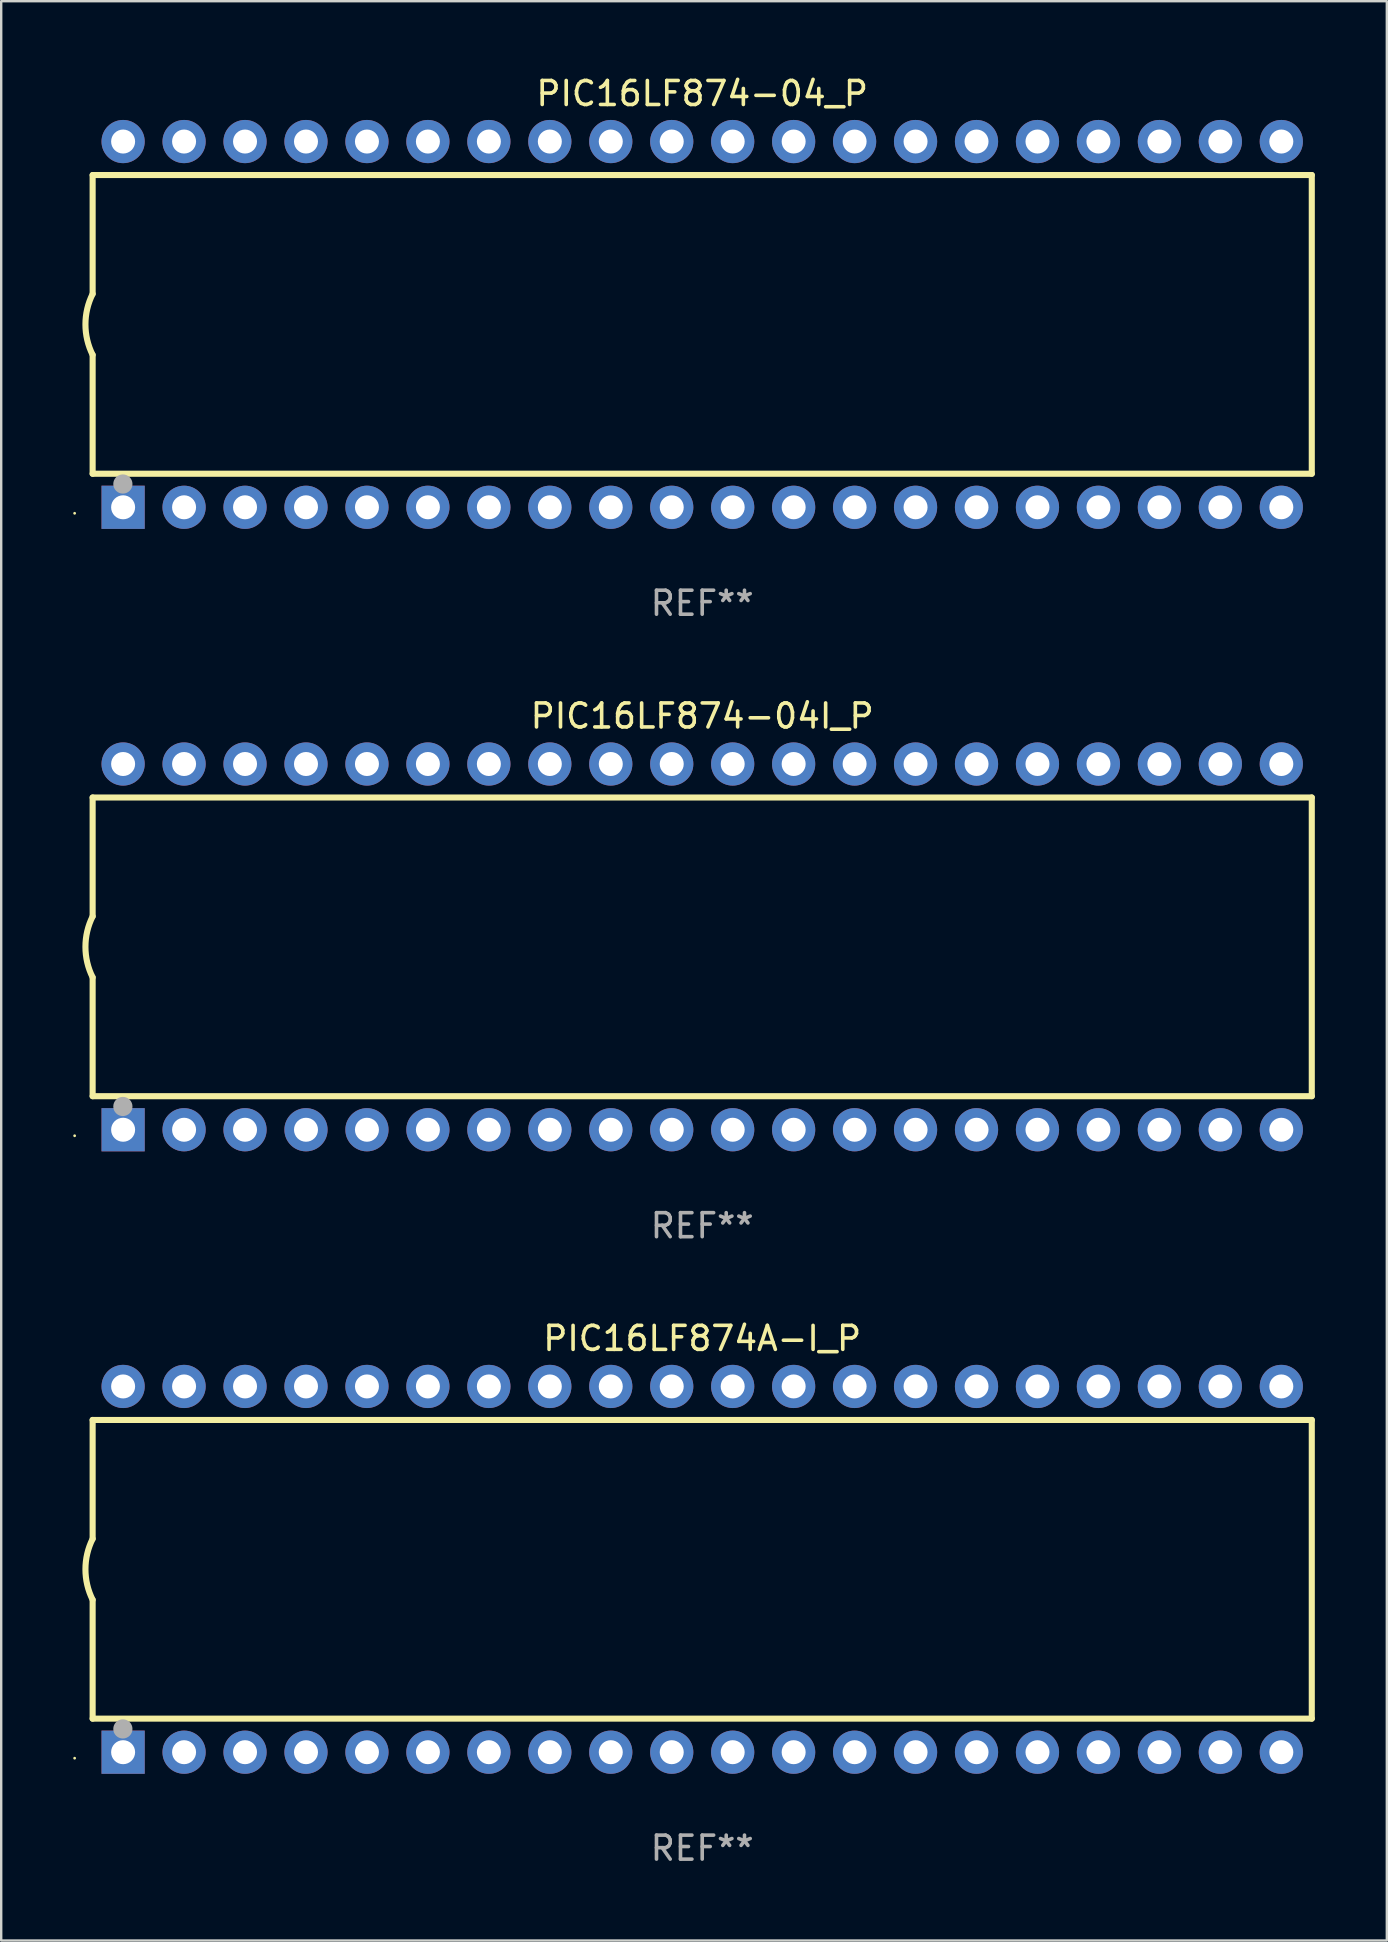
<source format=kicad_pcb>
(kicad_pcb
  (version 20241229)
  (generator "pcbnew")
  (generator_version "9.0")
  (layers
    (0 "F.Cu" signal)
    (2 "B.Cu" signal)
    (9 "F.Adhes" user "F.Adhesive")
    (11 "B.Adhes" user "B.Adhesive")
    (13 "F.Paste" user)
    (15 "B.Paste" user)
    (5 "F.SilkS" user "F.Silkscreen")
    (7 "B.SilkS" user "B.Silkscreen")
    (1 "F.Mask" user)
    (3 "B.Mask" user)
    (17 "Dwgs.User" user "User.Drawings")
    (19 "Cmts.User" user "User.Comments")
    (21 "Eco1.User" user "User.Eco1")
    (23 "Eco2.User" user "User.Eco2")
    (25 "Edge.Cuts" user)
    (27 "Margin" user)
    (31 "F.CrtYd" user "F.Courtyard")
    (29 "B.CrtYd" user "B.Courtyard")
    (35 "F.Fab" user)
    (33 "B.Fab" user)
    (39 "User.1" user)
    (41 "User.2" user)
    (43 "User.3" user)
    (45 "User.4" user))
  (footprint "PIC16LF874-04_P"
    (layer "F.Cu")
    (at 26.21 10.468)
    (property "Reference" "PIC16LF874-04_P" (at 0 -9.62 0) (layer "F.SilkS") (effects (font (size 1 1) (thickness 0.15))))
    (attr through_hole)
    (fp_line (start -25.4 -6.224) (end -25.4 -1.271) (stroke (width 0.254) (type solid)) (layer "F.SilkS"))
    (fp_line (start -25.4 -6.224) (end 25.4 -6.224) (stroke (width 0.254) (type solid)) (layer "F.SilkS"))
    (fp_line (start -25.4 1.269) (end -25.4 6.222) (stroke (width 0.254) (type solid)) (layer "F.SilkS"))
    (fp_line (start -25.4 6.222) (end 25.4 6.222) (stroke (width 0.254) (type solid)) (layer "F.SilkS"))
    (fp_line (start 25.4 6.222) (end 25.4 -6.224) (stroke (width 0.254) (type solid)) (layer "F.SilkS"))
    (fp_arc (start -25.4 1.269241) (mid -25.699807 -0.000762) (end -25.4 -1.270765) (stroke (width 0.254001) (type solid)) (layer "F.SilkS"))
    (fp_circle (center -26.15 7.87) (end -26.12 7.87) (stroke (width 0.06) (type solid)) (fill no) (layer "F.SilkS"))
    (fp_circle (center -24.14 6.65) (end -23.94 6.65) (stroke (width 0.4) (type solid)) (fill no) (layer "F.Fab"))
    (fp_text user "REF**" (at 0 11.62 0) (layer "F.Fab") (effects (font (size 1 1) (thickness 0.15))))
    (pad "1" thru_hole rect (at -24.13 7.62 90) (size 1.8 1.8) (drill 1) (layers "*.Cu" "*.Mask"))
    (pad "2" thru_hole circle (at -21.59 7.62) (size 1.8 1.8) (drill 1) (layers "*.Cu" "*.Mask"))
    (pad "3" thru_hole circle (at -19.05 7.62) (size 1.8 1.8) (drill 1) (layers "*.Cu" "*.Mask"))
    (pad "4" thru_hole circle (at -16.51 7.62) (size 1.8 1.8) (drill 1) (layers "*.Cu" "*.Mask"))
    (pad "5" thru_hole circle (at -13.97 7.62) (size 1.8 1.8) (drill 1) (layers "*.Cu" "*.Mask"))
    (pad "6" thru_hole circle (at -11.43 7.62) (size 1.8 1.8) (drill 1) (layers "*.Cu" "*.Mask"))
    (pad "7" thru_hole circle (at -8.89 7.62) (size 1.8 1.8) (drill 1) (layers "*.Cu" "*.Mask"))
    (pad "8" thru_hole circle (at -6.35 7.62) (size 1.8 1.8) (drill 1) (layers "*.Cu" "*.Mask"))
    (pad "9" thru_hole circle (at -3.81 7.62) (size 1.8 1.8) (drill 1) (layers "*.Cu" "*.Mask"))
    (pad "10" thru_hole circle (at -1.27 7.62) (size 1.8 1.8) (drill 1) (layers "*.Cu" "*.Mask"))
    (pad "11" thru_hole circle (at 1.27 7.62) (size 1.8 1.8) (drill 1) (layers "*.Cu" "*.Mask"))
    (pad "12" thru_hole circle (at 3.81 7.62) (size 1.8 1.8) (drill 1) (layers "*.Cu" "*.Mask"))
    (pad "13" thru_hole circle (at 6.35 7.62) (size 1.8 1.8) (drill 1) (layers "*.Cu" "*.Mask"))
    (pad "14" thru_hole circle (at 8.89 7.62) (size 1.8 1.8) (drill 1) (layers "*.Cu" "*.Mask"))
    (pad "15" thru_hole circle (at 11.43 7.62) (size 1.8 1.8) (drill 1) (layers "*.Cu" "*.Mask"))
    (pad "16" thru_hole circle (at 13.97 7.62) (size 1.8 1.8) (drill 1) (layers "*.Cu" "*.Mask"))
    (pad "17" thru_hole circle (at 16.51 7.62) (size 1.8 1.8) (drill 1) (layers "*.Cu" "*.Mask"))
    (pad "18" thru_hole circle (at 19.05 7.62) (size 1.8 1.8) (drill 1) (layers "*.Cu" "*.Mask"))
    (pad "19" thru_hole circle (at 21.59 7.62) (size 1.8 1.8) (drill 1) (layers "*.Cu" "*.Mask"))
    (pad "20" thru_hole circle (at 24.13 7.62) (size 1.8 1.8) (drill 1) (layers "*.Cu" "*.Mask"))
    (pad "21" thru_hole circle (at 24.13 -7.62) (size 1.8 1.8) (drill 1) (layers "*.Cu" "*.Mask"))
    (pad "22" thru_hole circle (at 21.59 -7.62) (size 1.8 1.8) (drill 1) (layers "*.Cu" "*.Mask"))
    (pad "23" thru_hole circle (at 19.05 -7.62) (size 1.8 1.8) (drill 1) (layers "*.Cu" "*.Mask"))
    (pad "24" thru_hole circle (at 16.51 -7.62) (size 1.8 1.8) (drill 1) (layers "*.Cu" "*.Mask"))
    (pad "25" thru_hole circle (at 13.97 -7.62) (size 1.8 1.8) (drill 1) (layers "*.Cu" "*.Mask"))
    (pad "26" thru_hole circle (at 11.43 -7.62) (size 1.8 1.8) (drill 1) (layers "*.Cu" "*.Mask"))
    (pad "27" thru_hole circle (at 8.89 -7.62) (size 1.8 1.8) (drill 1) (layers "*.Cu" "*.Mask"))
    (pad "28" thru_hole circle (at 6.35 -7.62) (size 1.8 1.8) (drill 1) (layers "*.Cu" "*.Mask"))
    (pad "29" thru_hole circle (at 3.81 -7.62) (size 1.8 1.8) (drill 1) (layers "*.Cu" "*.Mask"))
    (pad "30" thru_hole circle (at 1.27 -7.62) (size 1.8 1.8) (drill 1) (layers "*.Cu" "*.Mask"))
    (pad "31" thru_hole circle (at -1.27 -7.62) (size 1.8 1.8) (drill 1) (layers "*.Cu" "*.Mask"))
    (pad "32" thru_hole circle (at -3.81 -7.62) (size 1.8 1.8) (drill 1) (layers "*.Cu" "*.Mask"))
    (pad "33" thru_hole circle (at -6.35 -7.62) (size 1.8 1.8) (drill 1) (layers "*.Cu" "*.Mask"))
    (pad "34" thru_hole circle (at -8.89 -7.62) (size 1.8 1.8) (drill 1) (layers "*.Cu" "*.Mask"))
    (pad "35" thru_hole circle (at -11.43 -7.62) (size 1.8 1.8) (drill 1) (layers "*.Cu" "*.Mask"))
    (pad "36" thru_hole circle (at -13.97 -7.62) (size 1.8 1.8) (drill 1) (layers "*.Cu" "*.Mask"))
    (pad "37" thru_hole circle (at -16.51 -7.62) (size 1.8 1.8) (drill 1) (layers "*.Cu" "*.Mask"))
    (pad "38" thru_hole circle (at -19.05 -7.62) (size 1.8 1.8) (drill 1) (layers "*.Cu" "*.Mask"))
    (pad "39" thru_hole circle (at -21.59 -7.62) (size 1.8 1.8) (drill 1) (layers "*.Cu" "*.Mask"))
    (pad "40" thru_hole circle (at -24.13 -7.62) (size 1.8 1.8) (drill 1) (layers "*.Cu" "*.Mask")))
  (footprint "PIC16LF874A-I_P"
    (layer "F.Cu")
    (at 26.21 62.341)
    (property "Reference" "PIC16LF874A-I_P" (at 0 -9.62 0) (layer "F.SilkS") (effects (font (size 1 1) (thickness 0.15))))
    (attr through_hole)
    (fp_line (start -25.4 -6.224) (end -25.4 -1.271) (stroke (width 0.254) (type solid)) (layer "F.SilkS"))
    (fp_line (start -25.4 -6.224) (end 25.4 -6.224) (stroke (width 0.254) (type solid)) (layer "F.SilkS"))
    (fp_line (start -25.4 1.269) (end -25.4 6.222) (stroke (width 0.254) (type solid)) (layer "F.SilkS"))
    (fp_line (start -25.4 6.222) (end 25.4 6.222) (stroke (width 0.254) (type solid)) (layer "F.SilkS"))
    (fp_line (start 25.4 6.222) (end 25.4 -6.224) (stroke (width 0.254) (type solid)) (layer "F.SilkS"))
    (fp_arc (start -25.4 1.269241) (mid -25.699807 -0.000762) (end -25.4 -1.270765) (stroke (width 0.254001) (type solid)) (layer "F.SilkS"))
    (fp_circle (center -26.15 7.87) (end -26.12 7.87) (stroke (width 0.06) (type solid)) (fill no) (layer "F.SilkS"))
    (fp_circle (center -24.14 6.65) (end -23.94 6.65) (stroke (width 0.4) (type solid)) (fill no) (layer "F.Fab"))
    (fp_text user "REF**" (at 0 11.62 0) (layer "F.Fab") (effects (font (size 1 1) (thickness 0.15))))
    (pad "1" thru_hole rect (at -24.13 7.62 90) (size 1.8 1.8) (drill 1) (layers "*.Cu" "*.Mask"))
    (pad "2" thru_hole circle (at -21.59 7.62) (size 1.8 1.8) (drill 1) (layers "*.Cu" "*.Mask"))
    (pad "3" thru_hole circle (at -19.05 7.62) (size 1.8 1.8) (drill 1) (layers "*.Cu" "*.Mask"))
    (pad "4" thru_hole circle (at -16.51 7.62) (size 1.8 1.8) (drill 1) (layers "*.Cu" "*.Mask"))
    (pad "5" thru_hole circle (at -13.97 7.62) (size 1.8 1.8) (drill 1) (layers "*.Cu" "*.Mask"))
    (pad "6" thru_hole circle (at -11.43 7.62) (size 1.8 1.8) (drill 1) (layers "*.Cu" "*.Mask"))
    (pad "7" thru_hole circle (at -8.89 7.62) (size 1.8 1.8) (drill 1) (layers "*.Cu" "*.Mask"))
    (pad "8" thru_hole circle (at -6.35 7.62) (size 1.8 1.8) (drill 1) (layers "*.Cu" "*.Mask"))
    (pad "9" thru_hole circle (at -3.81 7.62) (size 1.8 1.8) (drill 1) (layers "*.Cu" "*.Mask"))
    (pad "10" thru_hole circle (at -1.27 7.62) (size 1.8 1.8) (drill 1) (layers "*.Cu" "*.Mask"))
    (pad "11" thru_hole circle (at 1.27 7.62) (size 1.8 1.8) (drill 1) (layers "*.Cu" "*.Mask"))
    (pad "12" thru_hole circle (at 3.81 7.62) (size 1.8 1.8) (drill 1) (layers "*.Cu" "*.Mask"))
    (pad "13" thru_hole circle (at 6.35 7.62) (size 1.8 1.8) (drill 1) (layers "*.Cu" "*.Mask"))
    (pad "14" thru_hole circle (at 8.89 7.62) (size 1.8 1.8) (drill 1) (layers "*.Cu" "*.Mask"))
    (pad "15" thru_hole circle (at 11.43 7.62) (size 1.8 1.8) (drill 1) (layers "*.Cu" "*.Mask"))
    (pad "16" thru_hole circle (at 13.97 7.62) (size 1.8 1.8) (drill 1) (layers "*.Cu" "*.Mask"))
    (pad "17" thru_hole circle (at 16.51 7.62) (size 1.8 1.8) (drill 1) (layers "*.Cu" "*.Mask"))
    (pad "18" thru_hole circle (at 19.05 7.62) (size 1.8 1.8) (drill 1) (layers "*.Cu" "*.Mask"))
    (pad "19" thru_hole circle (at 21.59 7.62) (size 1.8 1.8) (drill 1) (layers "*.Cu" "*.Mask"))
    (pad "20" thru_hole circle (at 24.13 7.62) (size 1.8 1.8) (drill 1) (layers "*.Cu" "*.Mask"))
    (pad "21" thru_hole circle (at 24.13 -7.62) (size 1.8 1.8) (drill 1) (layers "*.Cu" "*.Mask"))
    (pad "22" thru_hole circle (at 21.59 -7.62) (size 1.8 1.8) (drill 1) (layers "*.Cu" "*.Mask"))
    (pad "23" thru_hole circle (at 19.05 -7.62) (size 1.8 1.8) (drill 1) (layers "*.Cu" "*.Mask"))
    (pad "24" thru_hole circle (at 16.51 -7.62) (size 1.8 1.8) (drill 1) (layers "*.Cu" "*.Mask"))
    (pad "25" thru_hole circle (at 13.97 -7.62) (size 1.8 1.8) (drill 1) (layers "*.Cu" "*.Mask"))
    (pad "26" thru_hole circle (at 11.43 -7.62) (size 1.8 1.8) (drill 1) (layers "*.Cu" "*.Mask"))
    (pad "27" thru_hole circle (at 8.89 -7.62) (size 1.8 1.8) (drill 1) (layers "*.Cu" "*.Mask"))
    (pad "28" thru_hole circle (at 6.35 -7.62) (size 1.8 1.8) (drill 1) (layers "*.Cu" "*.Mask"))
    (pad "29" thru_hole circle (at 3.81 -7.62) (size 1.8 1.8) (drill 1) (layers "*.Cu" "*.Mask"))
    (pad "30" thru_hole circle (at 1.27 -7.62) (size 1.8 1.8) (drill 1) (layers "*.Cu" "*.Mask"))
    (pad "31" thru_hole circle (at -1.27 -7.62) (size 1.8 1.8) (drill 1) (layers "*.Cu" "*.Mask"))
    (pad "32" thru_hole circle (at -3.81 -7.62) (size 1.8 1.8) (drill 1) (layers "*.Cu" "*.Mask"))
    (pad "33" thru_hole circle (at -6.35 -7.62) (size 1.8 1.8) (drill 1) (layers "*.Cu" "*.Mask"))
    (pad "34" thru_hole circle (at -8.89 -7.62) (size 1.8 1.8) (drill 1) (layers "*.Cu" "*.Mask"))
    (pad "35" thru_hole circle (at -11.43 -7.62) (size 1.8 1.8) (drill 1) (layers "*.Cu" "*.Mask"))
    (pad "36" thru_hole circle (at -13.97 -7.62) (size 1.8 1.8) (drill 1) (layers "*.Cu" "*.Mask"))
    (pad "37" thru_hole circle (at -16.51 -7.62) (size 1.8 1.8) (drill 1) (layers "*.Cu" "*.Mask"))
    (pad "38" thru_hole circle (at -19.05 -7.62) (size 1.8 1.8) (drill 1) (layers "*.Cu" "*.Mask"))
    (pad "39" thru_hole circle (at -21.59 -7.62) (size 1.8 1.8) (drill 1) (layers "*.Cu" "*.Mask"))
    (pad "40" thru_hole circle (at -24.13 -7.62) (size 1.8 1.8) (drill 1) (layers "*.Cu" "*.Mask")))
  (footprint "PIC16LF874-04I_P"
    (layer "F.Cu")
    (at 26.21 36.405)
    (property "Reference" "PIC16LF874-04I_P" (at 0 -9.62 0) (layer "F.SilkS") (effects (font (size 1 1) (thickness 0.15))))
    (attr through_hole)
    (fp_line (start -25.4 -6.224) (end -25.4 -1.271) (stroke (width 0.254) (type solid)) (layer "F.SilkS"))
    (fp_line (start -25.4 -6.224) (end 25.4 -6.224) (stroke (width 0.254) (type solid)) (layer "F.SilkS"))
    (fp_line (start -25.4 1.269) (end -25.4 6.222) (stroke (width 0.254) (type solid)) (layer "F.SilkS"))
    (fp_line (start -25.4 6.222) (end 25.4 6.222) (stroke (width 0.254) (type solid)) (layer "F.SilkS"))
    (fp_line (start 25.4 6.222) (end 25.4 -6.224) (stroke (width 0.254) (type solid)) (layer "F.SilkS"))
    (fp_arc (start -25.4 1.269241) (mid -25.699807 -0.000762) (end -25.4 -1.270765) (stroke (width 0.254001) (type solid)) (layer "F.SilkS"))
    (fp_circle (center -26.15 7.87) (end -26.12 7.87) (stroke (width 0.06) (type solid)) (fill no) (layer "F.SilkS"))
    (fp_circle (center -24.14 6.65) (end -23.94 6.65) (stroke (width 0.4) (type solid)) (fill no) (layer "F.Fab"))
    (fp_text user "REF**" (at 0 11.62 0) (layer "F.Fab") (effects (font (size 1 1) (thickness 0.15))))
    (pad "1" thru_hole rect (at -24.13 7.62 90) (size 1.8 1.8) (drill 1) (layers "*.Cu" "*.Mask"))
    (pad "2" thru_hole circle (at -21.59 7.62) (size 1.8 1.8) (drill 1) (layers "*.Cu" "*.Mask"))
    (pad "3" thru_hole circle (at -19.05 7.62) (size 1.8 1.8) (drill 1) (layers "*.Cu" "*.Mask"))
    (pad "4" thru_hole circle (at -16.51 7.62) (size 1.8 1.8) (drill 1) (layers "*.Cu" "*.Mask"))
    (pad "5" thru_hole circle (at -13.97 7.62) (size 1.8 1.8) (drill 1) (layers "*.Cu" "*.Mask"))
    (pad "6" thru_hole circle (at -11.43 7.62) (size 1.8 1.8) (drill 1) (layers "*.Cu" "*.Mask"))
    (pad "7" thru_hole circle (at -8.89 7.62) (size 1.8 1.8) (drill 1) (layers "*.Cu" "*.Mask"))
    (pad "8" thru_hole circle (at -6.35 7.62) (size 1.8 1.8) (drill 1) (layers "*.Cu" "*.Mask"))
    (pad "9" thru_hole circle (at -3.81 7.62) (size 1.8 1.8) (drill 1) (layers "*.Cu" "*.Mask"))
    (pad "10" thru_hole circle (at -1.27 7.62) (size 1.8 1.8) (drill 1) (layers "*.Cu" "*.Mask"))
    (pad "11" thru_hole circle (at 1.27 7.62) (size 1.8 1.8) (drill 1) (layers "*.Cu" "*.Mask"))
    (pad "12" thru_hole circle (at 3.81 7.62) (size 1.8 1.8) (drill 1) (layers "*.Cu" "*.Mask"))
    (pad "13" thru_hole circle (at 6.35 7.62) (size 1.8 1.8) (drill 1) (layers "*.Cu" "*.Mask"))
    (pad "14" thru_hole circle (at 8.89 7.62) (size 1.8 1.8) (drill 1) (layers "*.Cu" "*.Mask"))
    (pad "15" thru_hole circle (at 11.43 7.62) (size 1.8 1.8) (drill 1) (layers "*.Cu" "*.Mask"))
    (pad "16" thru_hole circle (at 13.97 7.62) (size 1.8 1.8) (drill 1) (layers "*.Cu" "*.Mask"))
    (pad "17" thru_hole circle (at 16.51 7.62) (size 1.8 1.8) (drill 1) (layers "*.Cu" "*.Mask"))
    (pad "18" thru_hole circle (at 19.05 7.62) (size 1.8 1.8) (drill 1) (layers "*.Cu" "*.Mask"))
    (pad "19" thru_hole circle (at 21.59 7.62) (size 1.8 1.8) (drill 1) (layers "*.Cu" "*.Mask"))
    (pad "20" thru_hole circle (at 24.13 7.62) (size 1.8 1.8) (drill 1) (layers "*.Cu" "*.Mask"))
    (pad "21" thru_hole circle (at 24.13 -7.62) (size 1.8 1.8) (drill 1) (layers "*.Cu" "*.Mask"))
    (pad "22" thru_hole circle (at 21.59 -7.62) (size 1.8 1.8) (drill 1) (layers "*.Cu" "*.Mask"))
    (pad "23" thru_hole circle (at 19.05 -7.62) (size 1.8 1.8) (drill 1) (layers "*.Cu" "*.Mask"))
    (pad "24" thru_hole circle (at 16.51 -7.62) (size 1.8 1.8) (drill 1) (layers "*.Cu" "*.Mask"))
    (pad "25" thru_hole circle (at 13.97 -7.62) (size 1.8 1.8) (drill 1) (layers "*.Cu" "*.Mask"))
    (pad "26" thru_hole circle (at 11.43 -7.62) (size 1.8 1.8) (drill 1) (layers "*.Cu" "*.Mask"))
    (pad "27" thru_hole circle (at 8.89 -7.62) (size 1.8 1.8) (drill 1) (layers "*.Cu" "*.Mask"))
    (pad "28" thru_hole circle (at 6.35 -7.62) (size 1.8 1.8) (drill 1) (layers "*.Cu" "*.Mask"))
    (pad "29" thru_hole circle (at 3.81 -7.62) (size 1.8 1.8) (drill 1) (layers "*.Cu" "*.Mask"))
    (pad "30" thru_hole circle (at 1.27 -7.62) (size 1.8 1.8) (drill 1) (layers "*.Cu" "*.Mask"))
    (pad "31" thru_hole circle (at -1.27 -7.62) (size 1.8 1.8) (drill 1) (layers "*.Cu" "*.Mask"))
    (pad "32" thru_hole circle (at -3.81 -7.62) (size 1.8 1.8) (drill 1) (layers "*.Cu" "*.Mask"))
    (pad "33" thru_hole circle (at -6.35 -7.62) (size 1.8 1.8) (drill 1) (layers "*.Cu" "*.Mask"))
    (pad "34" thru_hole circle (at -8.89 -7.62) (size 1.8 1.8) (drill 1) (layers "*.Cu" "*.Mask"))
    (pad "35" thru_hole circle (at -11.43 -7.62) (size 1.8 1.8) (drill 1) (layers "*.Cu" "*.Mask"))
    (pad "36" thru_hole circle (at -13.97 -7.62) (size 1.8 1.8) (drill 1) (layers "*.Cu" "*.Mask"))
    (pad "37" thru_hole circle (at -16.51 -7.62) (size 1.8 1.8) (drill 1) (layers "*.Cu" "*.Mask"))
    (pad "38" thru_hole circle (at -19.05 -7.62) (size 1.8 1.8) (drill 1) (layers "*.Cu" "*.Mask"))
    (pad "39" thru_hole circle (at -21.59 -7.62) (size 1.8 1.8) (drill 1) (layers "*.Cu" "*.Mask"))
    (pad "40" thru_hole circle (at -24.13 -7.62) (size 1.8 1.8) (drill 1) (layers "*.Cu" "*.Mask")))
  (gr_rect
    (start -3 -3)
    (end 54.737 77.81)
    (stroke (width 0.1) (type default))
    (fill no)
    (layer "Edge.Cuts")))
</source>
